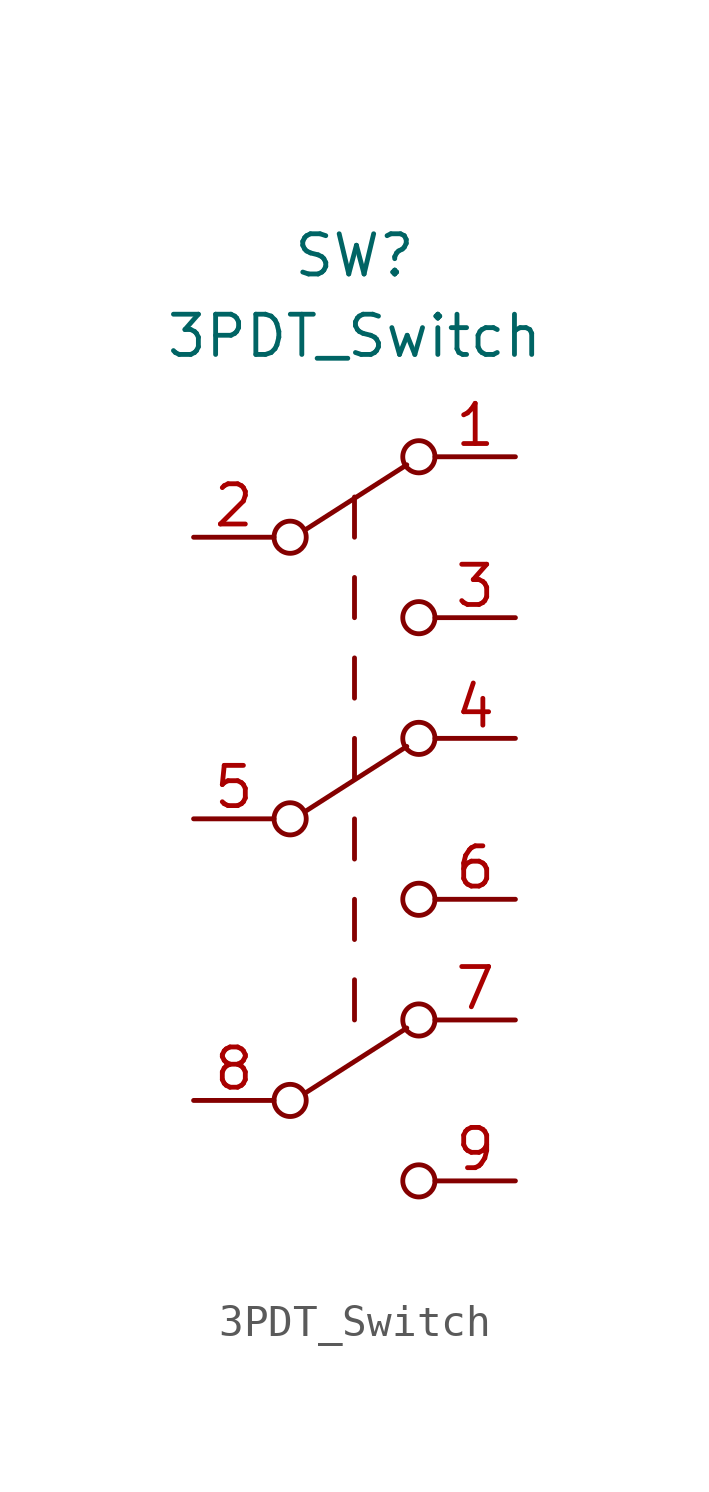
<source format=kicad_sym>
(kicad_symbol_lib
  (version 20211014)
  (generator kicad_symbol_editor)
  (symbol "3PDT_Switch"
    (pin_names hide)
    (property "Reference" "SW"
      (at 0 17.78 0)
      (effects (font (size 1.27 1.27))))
    (property "Value" "3PDT_Switch"
      (at 0 15.24 0)
      (effects (font (size 1.27 1.27))))
    (symbol "3PDT_Switch_0_0"
      (circle (center -2.032 -8.89) (radius 0.508) (stroke (width 0) (type default) (color 0 0 0 0)) (fill (type none)))
      (circle (center -2.032 0) (radius 0.508) (stroke (width 0) (type default) (color 0 0 0 0)) (fill (type none)))
      (circle (center -2.032 8.89) (radius 0.508) (stroke (width 0) (type default) (color 0 0 0 0)) (fill (type none)))
      (circle (center 2.032 -11.43) (radius 0.508) (stroke (width 0) (type default) (color 0 0 0 0)) (fill (type none)))
      (circle (center 2.032 -2.54) (radius 0.508) (stroke (width 0) (type default) (color 0 0 0 0)) (fill (type none)))
      (circle (center 2.032 6.35) (radius 0.508) (stroke (width 0) (type default) (color 0 0 0 0)) (fill (type none))))
    (symbol "3PDT_Switch_0_1"
      (polyline (pts (xy -1.524 -8.636) (xy 1.651 -6.604)) (stroke (width 0) (type default) (color 0 0 0 0)) (fill (type none)))
      (polyline (pts (xy -1.524 0.254) (xy 1.651 2.286)) (stroke (width 0) (type default) (color 0 0 0 0)) (fill (type none)))
      (polyline (pts (xy -1.524 9.144) (xy 1.651 11.176)) (stroke (width 0) (type default) (color 0 0 0 0)) (fill (type none)))
      (polyline (pts (xy 0 -5.08) (xy 0 -6.35)) (stroke (width 0) (type default) (color 0 0 0 0)) (fill (type none)))
      (polyline (pts (xy 0 -2.54) (xy 0 -3.81)) (stroke (width 0) (type default) (color 0 0 0 0)) (fill (type none)))
      (polyline (pts (xy 0 0) (xy 0 -1.27)) (stroke (width 0) (type default) (color 0 0 0 0)) (fill (type none)))
      (polyline (pts (xy 0 2.54) (xy 0 1.27)) (stroke (width 0) (type default) (color 0 0 0 0)) (fill (type none)))
      (polyline (pts (xy 0 5.08) (xy 0 3.81)) (stroke (width 0) (type default) (color 0 0 0 0)) (fill (type none)))
      (polyline (pts (xy 0 7.62) (xy 0 6.35)) (stroke (width 0) (type default) (color 0 0 0 0)) (fill (type none)))
      (polyline (pts (xy 0 10.16) (xy 0 8.89)) (stroke (width 0) (type default) (color 0 0 0 0)) (fill (type none)))
      (circle (center 2.032 -6.35) (radius 0.508) (stroke (width 0) (type default) (color 0 0 0 0)) (fill (type none)))
      (circle (center 2.032 2.54) (radius 0.508) (stroke (width 0) (type default) (color 0 0 0 0)) (fill (type none)))
      (circle (center 2.032 11.43) (radius 0.508) (stroke (width 0) (type default) (color 0 0 0 0)) (fill (type none))))
    (symbol "3PDT_Switch_1_1"
      (pin passive line (at 5.08 11.43 180) (length 2.54) (name "P1T1" (effects (font (size 1.27 1.27)))) (number "1" (effects (font (size 1.27 1.27)))))
      (pin passive line (at -5.08 8.89 0) (length 2.54) (name "P1" (effects (font (size 1.27 1.27)))) (number "2" (effects (font (size 1.27 1.27)))))
      (pin passive line (at 5.08 6.35 180) (length 2.54) (name "P1T2" (effects (font (size 1.27 1.27)))) (number "3" (effects (font (size 1.27 1.27)))))
      (pin passive line (at 5.08 2.54 180) (length 2.54) (name "P2T1" (effects (font (size 1.27 1.27)))) (number "4" (effects (font (size 1.27 1.27)))))
      (pin passive line (at -5.08 0 0) (length 2.54) (name "P2" (effects (font (size 1.27 1.27)))) (number "5" (effects (font (size 1.27 1.27)))))
      (pin passive line (at 5.08 -2.54 180) (length 2.54) (name "P2T2" (effects (font (size 1.27 1.27)))) (number "6" (effects (font (size 1.27 1.27)))))
      (pin passive line (at 5.08 -6.35 180) (length 2.54) (name "P3T1" (effects (font (size 1.27 1.27)))) (number "7" (effects (font (size 1.27 1.27)))))
      (pin passive line (at -5.08 -8.89 0) (length 2.54) (name "P3" (effects (font (size 1.27 1.27)))) (number "8" (effects (font (size 1.27 1.27)))))
      (pin passive line (at 5.08 -11.43 180) (length 2.54) (name "P3T2" (effects (font (size 1.27 1.27)))) (number "9" (effects (font (size 1.27 1.27))))))))
</source>
